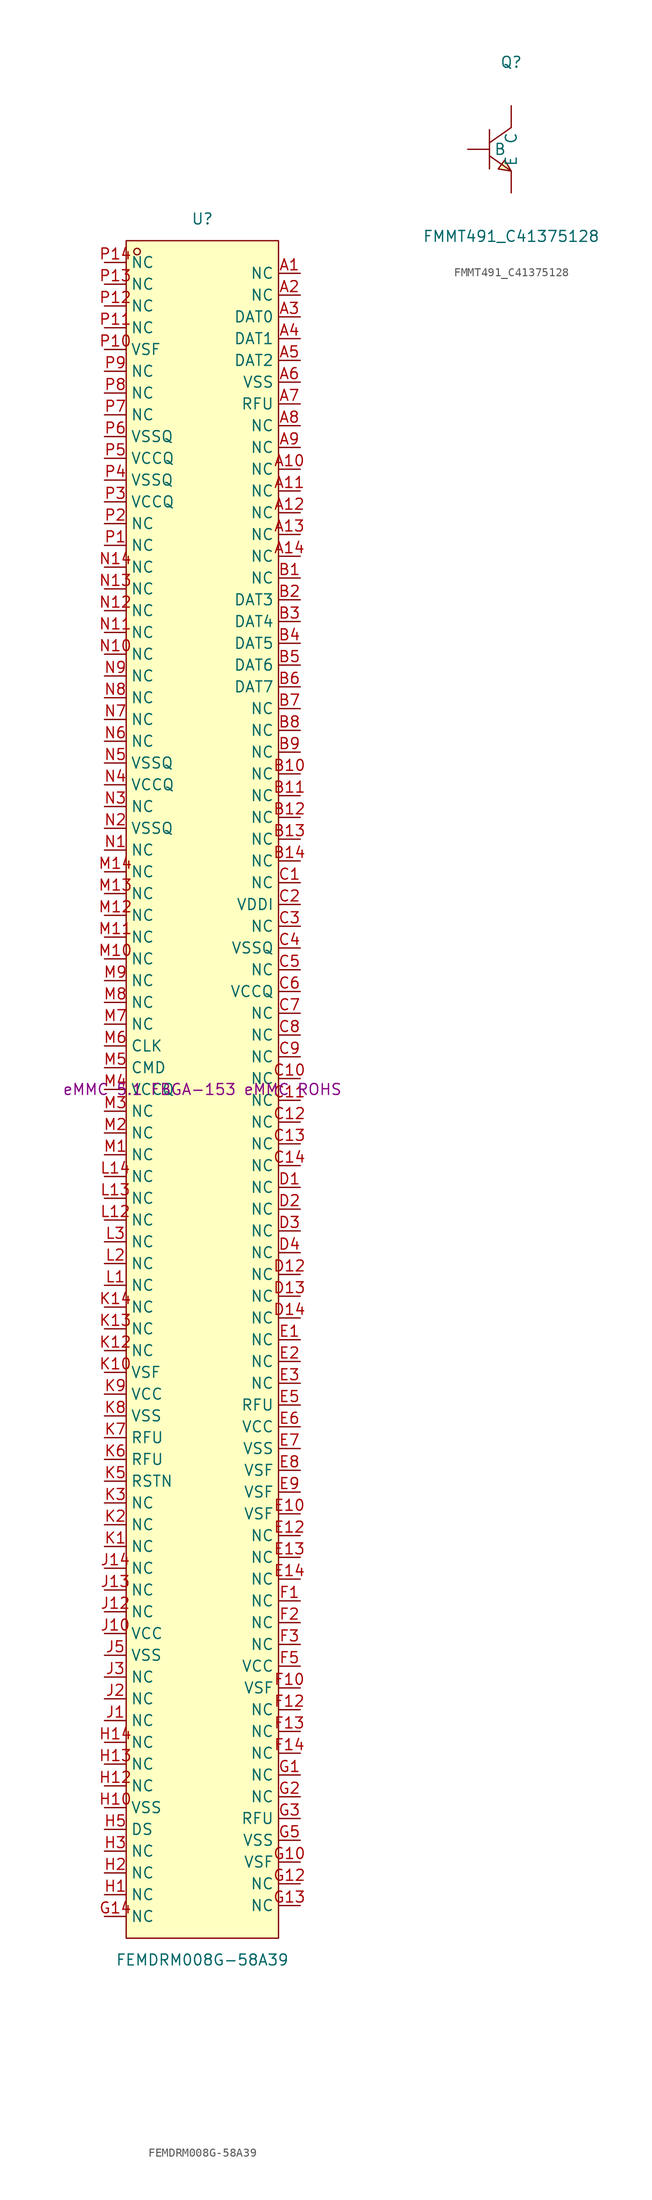
<source format=kicad_sym>
(kicad_symbol_lib
  (version 20241209)
  (generator "kicad_symbol_editor")
  (generator_version "9.0")
  (symbol "FEMDRM008G-58A39"
    (property "Reference" "U"
      (at 0 101.6 0)
      (effects (font (size 1.27 1.27))))
    (property "Value" "FEMDRM008G-58A39"
      (at 0 -101.6 0)
      (effects (font (size 1.27 1.27))))
    (property "Description" "eMMC 5.1 FBGA-153 eMMC ROHS"
      (at 0 0 0)
      (effects (font (size 1.27 1.27))))
    (symbol "FEMDRM008G-58A39_0_1"
      (rectangle (start -8.89 99.06) (end 8.89 -99.06) (stroke (width 0) (type default)) (fill (type background)))
      (circle (center -7.62 97.79) (radius 0.38) (stroke (width 0) (type default)) (fill (type none)))
      (pin unspecified line (at -11.43 96.52 0) (length 2.54) (name "NC" (effects (font (size 1.27 1.27)))) (number "P14" (effects (font (size 1.27 1.27)))))
      (pin unspecified line (at -11.43 93.98 0) (length 2.54) (name "NC" (effects (font (size 1.27 1.27)))) (number "P13" (effects (font (size 1.27 1.27)))))
      (pin unspecified line (at -11.43 91.44 0) (length 2.54) (name "NC" (effects (font (size 1.27 1.27)))) (number "P12" (effects (font (size 1.27 1.27)))))
      (pin unspecified line (at -11.43 88.9 0) (length 2.54) (name "NC" (effects (font (size 1.27 1.27)))) (number "P11" (effects (font (size 1.27 1.27)))))
      (pin unspecified line (at -11.43 86.36 0) (length 2.54) (name "VSF" (effects (font (size 1.27 1.27)))) (number "P10" (effects (font (size 1.27 1.27)))))
      (pin unspecified line (at -11.43 83.82 0) (length 2.54) (name "NC" (effects (font (size 1.27 1.27)))) (number "P9" (effects (font (size 1.27 1.27)))))
      (pin unspecified line (at -11.43 81.28 0) (length 2.54) (name "NC" (effects (font (size 1.27 1.27)))) (number "P8" (effects (font (size 1.27 1.27)))))
      (pin unspecified line (at -11.43 78.74 0) (length 2.54) (name "NC" (effects (font (size 1.27 1.27)))) (number "P7" (effects (font (size 1.27 1.27)))))
      (pin unspecified line (at -11.43 76.2 0) (length 2.54) (name "VSSQ" (effects (font (size 1.27 1.27)))) (number "P6" (effects (font (size 1.27 1.27)))))
      (pin unspecified line (at -11.43 73.66 0) (length 2.54) (name "VCCQ" (effects (font (size 1.27 1.27)))) (number "P5" (effects (font (size 1.27 1.27)))))
      (pin unspecified line (at -11.43 71.12 0) (length 2.54) (name "VSSQ" (effects (font (size 1.27 1.27)))) (number "P4" (effects (font (size 1.27 1.27)))))
      (pin unspecified line (at -11.43 68.58 0) (length 2.54) (name "VCCQ" (effects (font (size 1.27 1.27)))) (number "P3" (effects (font (size 1.27 1.27)))))
      (pin unspecified line (at -11.43 66.04 0) (length 2.54) (name "NC" (effects (font (size 1.27 1.27)))) (number "P2" (effects (font (size 1.27 1.27)))))
      (pin unspecified line (at -11.43 63.5 0) (length 2.54) (name "NC" (effects (font (size 1.27 1.27)))) (number "P1" (effects (font (size 1.27 1.27)))))
      (pin unspecified line (at -11.43 60.96 0) (length 2.54) (name "NC" (effects (font (size 1.27 1.27)))) (number "N14" (effects (font (size 1.27 1.27)))))
      (pin unspecified line (at -11.43 58.42 0) (length 2.54) (name "NC" (effects (font (size 1.27 1.27)))) (number "N13" (effects (font (size 1.27 1.27)))))
      (pin unspecified line (at -11.43 55.88 0) (length 2.54) (name "NC" (effects (font (size 1.27 1.27)))) (number "N12" (effects (font (size 1.27 1.27)))))
      (pin unspecified line (at -11.43 53.34 0) (length 2.54) (name "NC" (effects (font (size 1.27 1.27)))) (number "N11" (effects (font (size 1.27 1.27)))))
      (pin unspecified line (at -11.43 50.8 0) (length 2.54) (name "NC" (effects (font (size 1.27 1.27)))) (number "N10" (effects (font (size 1.27 1.27)))))
      (pin unspecified line (at -11.43 48.26 0) (length 2.54) (name "NC" (effects (font (size 1.27 1.27)))) (number "N9" (effects (font (size 1.27 1.27)))))
      (pin unspecified line (at -11.43 45.72 0) (length 2.54) (name "NC" (effects (font (size 1.27 1.27)))) (number "N8" (effects (font (size 1.27 1.27)))))
      (pin unspecified line (at -11.43 43.18 0) (length 2.54) (name "NC" (effects (font (size 1.27 1.27)))) (number "N7" (effects (font (size 1.27 1.27)))))
      (pin unspecified line (at -11.43 40.64 0) (length 2.54) (name "NC" (effects (font (size 1.27 1.27)))) (number "N6" (effects (font (size 1.27 1.27)))))
      (pin unspecified line (at -11.43 38.1 0) (length 2.54) (name "VSSQ" (effects (font (size 1.27 1.27)))) (number "N5" (effects (font (size 1.27 1.27)))))
      (pin unspecified line (at -11.43 35.56 0) (length 2.54) (name "VCCQ" (effects (font (size 1.27 1.27)))) (number "N4" (effects (font (size 1.27 1.27)))))
      (pin unspecified line (at -11.43 33.02 0) (length 2.54) (name "NC" (effects (font (size 1.27 1.27)))) (number "N3" (effects (font (size 1.27 1.27)))))
      (pin unspecified line (at -11.43 30.48 0) (length 2.54) (name "VSSQ" (effects (font (size 1.27 1.27)))) (number "N2" (effects (font (size 1.27 1.27)))))
      (pin unspecified line (at -11.43 27.94 0) (length 2.54) (name "NC" (effects (font (size 1.27 1.27)))) (number "N1" (effects (font (size 1.27 1.27)))))
      (pin unspecified line (at -11.43 25.4 0) (length 2.54) (name "NC" (effects (font (size 1.27 1.27)))) (number "M14" (effects (font (size 1.27 1.27)))))
      (pin unspecified line (at -11.43 22.86 0) (length 2.54) (name "NC" (effects (font (size 1.27 1.27)))) (number "M13" (effects (font (size 1.27 1.27)))))
      (pin unspecified line (at -11.43 20.32 0) (length 2.54) (name "NC" (effects (font (size 1.27 1.27)))) (number "M12" (effects (font (size 1.27 1.27)))))
      (pin unspecified line (at -11.43 17.78 0) (length 2.54) (name "NC" (effects (font (size 1.27 1.27)))) (number "M11" (effects (font (size 1.27 1.27)))))
      (pin unspecified line (at -11.43 15.24 0) (length 2.54) (name "NC" (effects (font (size 1.27 1.27)))) (number "M10" (effects (font (size 1.27 1.27)))))
      (pin unspecified line (at -11.43 12.7 0) (length 2.54) (name "NC" (effects (font (size 1.27 1.27)))) (number "M9" (effects (font (size 1.27 1.27)))))
      (pin unspecified line (at -11.43 10.16 0) (length 2.54) (name "NC" (effects (font (size 1.27 1.27)))) (number "M8" (effects (font (size 1.27 1.27)))))
      (pin unspecified line (at -11.43 7.62 0) (length 2.54) (name "NC" (effects (font (size 1.27 1.27)))) (number "M7" (effects (font (size 1.27 1.27)))))
      (pin unspecified line (at -11.43 5.08 0) (length 2.54) (name "CLK" (effects (font (size 1.27 1.27)))) (number "M6" (effects (font (size 1.27 1.27)))))
      (pin unspecified line (at -11.43 2.54 0) (length 2.54) (name "CMD" (effects (font (size 1.27 1.27)))) (number "M5" (effects (font (size 1.27 1.27)))))
      (pin unspecified line (at -11.43 0 0) (length 2.54) (name "VCCQ" (effects (font (size 1.27 1.27)))) (number "M4" (effects (font (size 1.27 1.27)))))
      (pin unspecified line (at -11.43 -2.54 0) (length 2.54) (name "NC" (effects (font (size 1.27 1.27)))) (number "M3" (effects (font (size 1.27 1.27)))))
      (pin unspecified line (at -11.43 -5.08 0) (length 2.54) (name "NC" (effects (font (size 1.27 1.27)))) (number "M2" (effects (font (size 1.27 1.27)))))
      (pin unspecified line (at -11.43 -7.62 0) (length 2.54) (name "NC" (effects (font (size 1.27 1.27)))) (number "M1" (effects (font (size 1.27 1.27)))))
      (pin unspecified line (at -11.43 -10.16 0) (length 2.54) (name "NC" (effects (font (size 1.27 1.27)))) (number "L14" (effects (font (size 1.27 1.27)))))
      (pin unspecified line (at -11.43 -12.7 0) (length 2.54) (name "NC" (effects (font (size 1.27 1.27)))) (number "L13" (effects (font (size 1.27 1.27)))))
      (pin unspecified line (at -11.43 -15.24 0) (length 2.54) (name "NC" (effects (font (size 1.27 1.27)))) (number "L12" (effects (font (size 1.27 1.27)))))
      (pin unspecified line (at -11.43 -17.78 0) (length 2.54) (name "NC" (effects (font (size 1.27 1.27)))) (number "L3" (effects (font (size 1.27 1.27)))))
      (pin unspecified line (at -11.43 -20.32 0) (length 2.54) (name "NC" (effects (font (size 1.27 1.27)))) (number "L2" (effects (font (size 1.27 1.27)))))
      (pin unspecified line (at -11.43 -22.86 0) (length 2.54) (name "NC" (effects (font (size 1.27 1.27)))) (number "L1" (effects (font (size 1.27 1.27)))))
      (pin unspecified line (at -11.43 -25.4 0) (length 2.54) (name "NC" (effects (font (size 1.27 1.27)))) (number "K14" (effects (font (size 1.27 1.27)))))
      (pin unspecified line (at -11.43 -27.94 0) (length 2.54) (name "NC" (effects (font (size 1.27 1.27)))) (number "K13" (effects (font (size 1.27 1.27)))))
      (pin unspecified line (at -11.43 -30.48 0) (length 2.54) (name "NC" (effects (font (size 1.27 1.27)))) (number "K12" (effects (font (size 1.27 1.27)))))
      (pin unspecified line (at -11.43 -33.02 0) (length 2.54) (name "VSF" (effects (font (size 1.27 1.27)))) (number "K10" (effects (font (size 1.27 1.27)))))
      (pin unspecified line (at -11.43 -35.56 0) (length 2.54) (name "VCC" (effects (font (size 1.27 1.27)))) (number "K9" (effects (font (size 1.27 1.27)))))
      (pin unspecified line (at -11.43 -38.1 0) (length 2.54) (name "VSS" (effects (font (size 1.27 1.27)))) (number "K8" (effects (font (size 1.27 1.27)))))
      (pin unspecified line (at -11.43 -40.64 0) (length 2.54) (name "RFU" (effects (font (size 1.27 1.27)))) (number "K7" (effects (font (size 1.27 1.27)))))
      (pin unspecified line (at -11.43 -43.18 0) (length 2.54) (name "RFU" (effects (font (size 1.27 1.27)))) (number "K6" (effects (font (size 1.27 1.27)))))
      (pin unspecified line (at -11.43 -45.72 0) (length 2.54) (name "RSTN" (effects (font (size 1.27 1.27)))) (number "K5" (effects (font (size 1.27 1.27)))))
      (pin unspecified line (at -11.43 -48.26 0) (length 2.54) (name "NC" (effects (font (size 1.27 1.27)))) (number "K3" (effects (font (size 1.27 1.27)))))
      (pin unspecified line (at -11.43 -50.8 0) (length 2.54) (name "NC" (effects (font (size 1.27 1.27)))) (number "K2" (effects (font (size 1.27 1.27)))))
      (pin unspecified line (at -11.43 -53.34 0) (length 2.54) (name "NC" (effects (font (size 1.27 1.27)))) (number "K1" (effects (font (size 1.27 1.27)))))
      (pin unspecified line (at -11.43 -55.88 0) (length 2.54) (name "NC" (effects (font (size 1.27 1.27)))) (number "J14" (effects (font (size 1.27 1.27)))))
      (pin unspecified line (at -11.43 -58.42 0) (length 2.54) (name "NC" (effects (font (size 1.27 1.27)))) (number "J13" (effects (font (size 1.27 1.27)))))
      (pin unspecified line (at -11.43 -60.96 0) (length 2.54) (name "NC" (effects (font (size 1.27 1.27)))) (number "J12" (effects (font (size 1.27 1.27)))))
      (pin unspecified line (at -11.43 -63.5 0) (length 2.54) (name "VCC" (effects (font (size 1.27 1.27)))) (number "J10" (effects (font (size 1.27 1.27)))))
      (pin unspecified line (at -11.43 -66.04 0) (length 2.54) (name "VSS" (effects (font (size 1.27 1.27)))) (number "J5" (effects (font (size 1.27 1.27)))))
      (pin unspecified line (at -11.43 -68.58 0) (length 2.54) (name "NC" (effects (font (size 1.27 1.27)))) (number "J3" (effects (font (size 1.27 1.27)))))
      (pin unspecified line (at -11.43 -71.12 0) (length 2.54) (name "NC" (effects (font (size 1.27 1.27)))) (number "J2" (effects (font (size 1.27 1.27)))))
      (pin unspecified line (at -11.43 -73.66 0) (length 2.54) (name "NC" (effects (font (size 1.27 1.27)))) (number "J1" (effects (font (size 1.27 1.27)))))
      (pin unspecified line (at -11.43 -76.2 0) (length 2.54) (name "NC" (effects (font (size 1.27 1.27)))) (number "H14" (effects (font (size 1.27 1.27)))))
      (pin unspecified line (at -11.43 -78.74 0) (length 2.54) (name "NC" (effects (font (size 1.27 1.27)))) (number "H13" (effects (font (size 1.27 1.27)))))
      (pin unspecified line (at -11.43 -81.28 0) (length 2.54) (name "NC" (effects (font (size 1.27 1.27)))) (number "H12" (effects (font (size 1.27 1.27)))))
      (pin unspecified line (at -11.43 -83.82 0) (length 2.54) (name "VSS" (effects (font (size 1.27 1.27)))) (number "H10" (effects (font (size 1.27 1.27)))))
      (pin unspecified line (at -11.43 -86.36 0) (length 2.54) (name "DS" (effects (font (size 1.27 1.27)))) (number "H5" (effects (font (size 1.27 1.27)))))
      (pin unspecified line (at -11.43 -88.9 0) (length 2.54) (name "NC" (effects (font (size 1.27 1.27)))) (number "H3" (effects (font (size 1.27 1.27)))))
      (pin unspecified line (at -11.43 -91.44 0) (length 2.54) (name "NC" (effects (font (size 1.27 1.27)))) (number "H2" (effects (font (size 1.27 1.27)))))
      (pin unspecified line (at -11.43 -93.98 0) (length 2.54) (name "NC" (effects (font (size 1.27 1.27)))) (number "H1" (effects (font (size 1.27 1.27)))))
      (pin unspecified line (at -11.43 -96.52 0) (length 2.54) (name "NC" (effects (font (size 1.27 1.27)))) (number "G14" (effects (font (size 1.27 1.27)))))
      (pin unspecified line (at 11.43 95.25 180) (length 2.54) (name "NC" (effects (font (size 1.27 1.27)))) (number "A1" (effects (font (size 1.27 1.27)))))
      (pin unspecified line (at 11.43 92.71 180) (length 2.54) (name "NC" (effects (font (size 1.27 1.27)))) (number "A2" (effects (font (size 1.27 1.27)))))
      (pin unspecified line (at 11.43 90.17 180) (length 2.54) (name "DAT0" (effects (font (size 1.27 1.27)))) (number "A3" (effects (font (size 1.27 1.27)))))
      (pin unspecified line (at 11.43 87.63 180) (length 2.54) (name "DAT1" (effects (font (size 1.27 1.27)))) (number "A4" (effects (font (size 1.27 1.27)))))
      (pin unspecified line (at 11.43 85.09 180) (length 2.54) (name "DAT2" (effects (font (size 1.27 1.27)))) (number "A5" (effects (font (size 1.27 1.27)))))
      (pin unspecified line (at 11.43 82.55 180) (length 2.54) (name "VSS" (effects (font (size 1.27 1.27)))) (number "A6" (effects (font (size 1.27 1.27)))))
      (pin unspecified line (at 11.43 80.01 180) (length 2.54) (name "RFU" (effects (font (size 1.27 1.27)))) (number "A7" (effects (font (size 1.27 1.27)))))
      (pin unspecified line (at 11.43 77.47 180) (length 2.54) (name "NC" (effects (font (size 1.27 1.27)))) (number "A8" (effects (font (size 1.27 1.27)))))
      (pin unspecified line (at 11.43 74.93 180) (length 2.54) (name "NC" (effects (font (size 1.27 1.27)))) (number "A9" (effects (font (size 1.27 1.27)))))
      (pin unspecified line (at 11.43 72.39 180) (length 2.54) (name "NC" (effects (font (size 1.27 1.27)))) (number "A10" (effects (font (size 1.27 1.27)))))
      (pin unspecified line (at 11.43 69.85 180) (length 2.54) (name "NC" (effects (font (size 1.27 1.27)))) (number "A11" (effects (font (size 1.27 1.27)))))
      (pin unspecified line (at 11.43 67.31 180) (length 2.54) (name "NC" (effects (font (size 1.27 1.27)))) (number "A12" (effects (font (size 1.27 1.27)))))
      (pin unspecified line (at 11.43 64.77 180) (length 2.54) (name "NC" (effects (font (size 1.27 1.27)))) (number "A13" (effects (font (size 1.27 1.27)))))
      (pin unspecified line (at 11.43 62.23 180) (length 2.54) (name "NC" (effects (font (size 1.27 1.27)))) (number "A14" (effects (font (size 1.27 1.27)))))
      (pin unspecified line (at 11.43 59.69 180) (length 2.54) (name "NC" (effects (font (size 1.27 1.27)))) (number "B1" (effects (font (size 1.27 1.27)))))
      (pin unspecified line (at 11.43 57.15 180) (length 2.54) (name "DAT3" (effects (font (size 1.27 1.27)))) (number "B2" (effects (font (size 1.27 1.27)))))
      (pin unspecified line (at 11.43 54.61 180) (length 2.54) (name "DAT4" (effects (font (size 1.27 1.27)))) (number "B3" (effects (font (size 1.27 1.27)))))
      (pin unspecified line (at 11.43 52.07 180) (length 2.54) (name "DAT5" (effects (font (size 1.27 1.27)))) (number "B4" (effects (font (size 1.27 1.27)))))
      (pin unspecified line (at 11.43 49.53 180) (length 2.54) (name "DAT6" (effects (font (size 1.27 1.27)))) (number "B5" (effects (font (size 1.27 1.27)))))
      (pin unspecified line (at 11.43 46.99 180) (length 2.54) (name "DAT7" (effects (font (size 1.27 1.27)))) (number "B6" (effects (font (size 1.27 1.27)))))
      (pin unspecified line (at 11.43 44.45 180) (length 2.54) (name "NC" (effects (font (size 1.27 1.27)))) (number "B7" (effects (font (size 1.27 1.27)))))
      (pin unspecified line (at 11.43 41.91 180) (length 2.54) (name "NC" (effects (font (size 1.27 1.27)))) (number "B8" (effects (font (size 1.27 1.27)))))
      (pin unspecified line (at 11.43 39.37 180) (length 2.54) (name "NC" (effects (font (size 1.27 1.27)))) (number "B9" (effects (font (size 1.27 1.27)))))
      (pin unspecified line (at 11.43 36.83 180) (length 2.54) (name "NC" (effects (font (size 1.27 1.27)))) (number "B10" (effects (font (size 1.27 1.27)))))
      (pin unspecified line (at 11.43 34.29 180) (length 2.54) (name "NC" (effects (font (size 1.27 1.27)))) (number "B11" (effects (font (size 1.27 1.27)))))
      (pin unspecified line (at 11.43 31.75 180) (length 2.54) (name "NC" (effects (font (size 1.27 1.27)))) (number "B12" (effects (font (size 1.27 1.27)))))
      (pin unspecified line (at 11.43 29.21 180) (length 2.54) (name "NC" (effects (font (size 1.27 1.27)))) (number "B13" (effects (font (size 1.27 1.27)))))
      (pin unspecified line (at 11.43 26.67 180) (length 2.54) (name "NC" (effects (font (size 1.27 1.27)))) (number "B14" (effects (font (size 1.27 1.27)))))
      (pin unspecified line (at 11.43 24.13 180) (length 2.54) (name "NC" (effects (font (size 1.27 1.27)))) (number "C1" (effects (font (size 1.27 1.27)))))
      (pin unspecified line (at 11.43 21.59 180) (length 2.54) (name "VDDI" (effects (font (size 1.27 1.27)))) (number "C2" (effects (font (size 1.27 1.27)))))
      (pin unspecified line (at 11.43 19.05 180) (length 2.54) (name "NC" (effects (font (size 1.27 1.27)))) (number "C3" (effects (font (size 1.27 1.27)))))
      (pin unspecified line (at 11.43 16.51 180) (length 2.54) (name "VSSQ" (effects (font (size 1.27 1.27)))) (number "C4" (effects (font (size 1.27 1.27)))))
      (pin unspecified line (at 11.43 13.97 180) (length 2.54) (name "NC" (effects (font (size 1.27 1.27)))) (number "C5" (effects (font (size 1.27 1.27)))))
      (pin unspecified line (at 11.43 11.43 180) (length 2.54) (name "VCCQ" (effects (font (size 1.27 1.27)))) (number "C6" (effects (font (size 1.27 1.27)))))
      (pin unspecified line (at 11.43 8.89 180) (length 2.54) (name "NC" (effects (font (size 1.27 1.27)))) (number "C7" (effects (font (size 1.27 1.27)))))
      (pin unspecified line (at 11.43 6.35 180) (length 2.54) (name "NC" (effects (font (size 1.27 1.27)))) (number "C8" (effects (font (size 1.27 1.27)))))
      (pin unspecified line (at 11.43 3.81 180) (length 2.54) (name "NC" (effects (font (size 1.27 1.27)))) (number "C9" (effects (font (size 1.27 1.27)))))
      (pin unspecified line (at 11.43 1.27 180) (length 2.54) (name "NC" (effects (font (size 1.27 1.27)))) (number "C10" (effects (font (size 1.27 1.27)))))
      (pin unspecified line (at 11.43 -1.27 180) (length 2.54) (name "NC" (effects (font (size 1.27 1.27)))) (number "C11" (effects (font (size 1.27 1.27)))))
      (pin unspecified line (at 11.43 -3.81 180) (length 2.54) (name "NC" (effects (font (size 1.27 1.27)))) (number "C12" (effects (font (size 1.27 1.27)))))
      (pin unspecified line (at 11.43 -6.35 180) (length 2.54) (name "NC" (effects (font (size 1.27 1.27)))) (number "C13" (effects (font (size 1.27 1.27)))))
      (pin unspecified line (at 11.43 -8.89 180) (length 2.54) (name "NC" (effects (font (size 1.27 1.27)))) (number "C14" (effects (font (size 1.27 1.27)))))
      (pin unspecified line (at 11.43 -11.43 180) (length 2.54) (name "NC" (effects (font (size 1.27 1.27)))) (number "D1" (effects (font (size 1.27 1.27)))))
      (pin unspecified line (at 11.43 -13.97 180) (length 2.54) (name "NC" (effects (font (size 1.27 1.27)))) (number "D2" (effects (font (size 1.27 1.27)))))
      (pin unspecified line (at 11.43 -16.51 180) (length 2.54) (name "NC" (effects (font (size 1.27 1.27)))) (number "D3" (effects (font (size 1.27 1.27)))))
      (pin unspecified line (at 11.43 -19.05 180) (length 2.54) (name "NC" (effects (font (size 1.27 1.27)))) (number "D4" (effects (font (size 1.27 1.27)))))
      (pin unspecified line (at 11.43 -21.59 180) (length 2.54) (name "NC" (effects (font (size 1.27 1.27)))) (number "D12" (effects (font (size 1.27 1.27)))))
      (pin unspecified line (at 11.43 -24.13 180) (length 2.54) (name "NC" (effects (font (size 1.27 1.27)))) (number "D13" (effects (font (size 1.27 1.27)))))
      (pin unspecified line (at 11.43 -26.67 180) (length 2.54) (name "NC" (effects (font (size 1.27 1.27)))) (number "D14" (effects (font (size 1.27 1.27)))))
      (pin unspecified line (at 11.43 -29.21 180) (length 2.54) (name "NC" (effects (font (size 1.27 1.27)))) (number "E1" (effects (font (size 1.27 1.27)))))
      (pin unspecified line (at 11.43 -31.75 180) (length 2.54) (name "NC" (effects (font (size 1.27 1.27)))) (number "E2" (effects (font (size 1.27 1.27)))))
      (pin unspecified line (at 11.43 -34.29 180) (length 2.54) (name "NC" (effects (font (size 1.27 1.27)))) (number "E3" (effects (font (size 1.27 1.27)))))
      (pin unspecified line (at 11.43 -36.83 180) (length 2.54) (name "RFU" (effects (font (size 1.27 1.27)))) (number "E5" (effects (font (size 1.27 1.27)))))
      (pin unspecified line (at 11.43 -39.37 180) (length 2.54) (name "VCC" (effects (font (size 1.27 1.27)))) (number "E6" (effects (font (size 1.27 1.27)))))
      (pin unspecified line (at 11.43 -41.91 180) (length 2.54) (name "VSS" (effects (font (size 1.27 1.27)))) (number "E7" (effects (font (size 1.27 1.27)))))
      (pin unspecified line (at 11.43 -44.45 180) (length 2.54) (name "VSF" (effects (font (size 1.27 1.27)))) (number "E8" (effects (font (size 1.27 1.27)))))
      (pin unspecified line (at 11.43 -46.99 180) (length 2.54) (name "VSF" (effects (font (size 1.27 1.27)))) (number "E9" (effects (font (size 1.27 1.27)))))
      (pin unspecified line (at 11.43 -49.53 180) (length 2.54) (name "VSF" (effects (font (size 1.27 1.27)))) (number "E10" (effects (font (size 1.27 1.27)))))
      (pin unspecified line (at 11.43 -52.07 180) (length 2.54) (name "NC" (effects (font (size 1.27 1.27)))) (number "E12" (effects (font (size 1.27 1.27)))))
      (pin unspecified line (at 11.43 -54.61 180) (length 2.54) (name "NC" (effects (font (size 1.27 1.27)))) (number "E13" (effects (font (size 1.27 1.27)))))
      (pin unspecified line (at 11.43 -57.15 180) (length 2.54) (name "NC" (effects (font (size 1.27 1.27)))) (number "E14" (effects (font (size 1.27 1.27)))))
      (pin unspecified line (at 11.43 -59.69 180) (length 2.54) (name "NC" (effects (font (size 1.27 1.27)))) (number "F1" (effects (font (size 1.27 1.27)))))
      (pin unspecified line (at 11.43 -62.23 180) (length 2.54) (name "NC" (effects (font (size 1.27 1.27)))) (number "F2" (effects (font (size 1.27 1.27)))))
      (pin unspecified line (at 11.43 -64.77 180) (length 2.54) (name "NC" (effects (font (size 1.27 1.27)))) (number "F3" (effects (font (size 1.27 1.27)))))
      (pin unspecified line (at 11.43 -67.31 180) (length 2.54) (name "VCC" (effects (font (size 1.27 1.27)))) (number "F5" (effects (font (size 1.27 1.27)))))
      (pin unspecified line (at 11.43 -69.85 180) (length 2.54) (name "VSF" (effects (font (size 1.27 1.27)))) (number "F10" (effects (font (size 1.27 1.27)))))
      (pin unspecified line (at 11.43 -72.39 180) (length 2.54) (name "NC" (effects (font (size 1.27 1.27)))) (number "F12" (effects (font (size 1.27 1.27)))))
      (pin unspecified line (at 11.43 -74.93 180) (length 2.54) (name "NC" (effects (font (size 1.27 1.27)))) (number "F13" (effects (font (size 1.27 1.27)))))
      (pin unspecified line (at 11.43 -77.47 180) (length 2.54) (name "NC" (effects (font (size 1.27 1.27)))) (number "F14" (effects (font (size 1.27 1.27)))))
      (pin unspecified line (at 11.43 -80.01 180) (length 2.54) (name "NC" (effects (font (size 1.27 1.27)))) (number "G1" (effects (font (size 1.27 1.27)))))
      (pin unspecified line (at 11.43 -82.55 180) (length 2.54) (name "NC" (effects (font (size 1.27 1.27)))) (number "G2" (effects (font (size 1.27 1.27)))))
      (pin unspecified line (at 11.43 -85.09 180) (length 2.54) (name "RFU" (effects (font (size 1.27 1.27)))) (number "G3" (effects (font (size 1.27 1.27)))))
      (pin unspecified line (at 11.43 -87.63 180) (length 2.54) (name "VSS" (effects (font (size 1.27 1.27)))) (number "G5" (effects (font (size 1.27 1.27)))))
      (pin unspecified line (at 11.43 -90.17 180) (length 2.54) (name "VSF" (effects (font (size 1.27 1.27)))) (number "G10" (effects (font (size 1.27 1.27)))))
      (pin unspecified line (at 11.43 -92.71 180) (length 2.54) (name "NC" (effects (font (size 1.27 1.27)))) (number "G12" (effects (font (size 1.27 1.27)))))
      (pin unspecified line (at 11.43 -95.25 180) (length 2.54) (name "NC" (effects (font (size 1.27 1.27)))) (number "G13" (effects (font (size 1.27 1.27)))))))
  (symbol "FMMT491_C41375128"
    (pin_numbers
      (hide yes))
    (property "Reference" "Q"
      (at 0 10.16 0)
      (effects (font (size 1.27 1.27))))
    (property "Value" "FMMT491_C41375128"
      (at 0 -10.16 0)
      (effects (font (size 1.27 1.27))))
    (symbol "FMMT491_C41375128_0_1"
      (polyline (pts (xy -2.54 2.29) (xy -2.54 -2.29)) (stroke (width 0) (type default)) (fill (type none)))
      (polyline (pts (xy -2.54 -0.76) (xy 0 -2.54)) (stroke (width 0) (type default)) (fill (type none)))
      (polyline (pts (xy 0 2.54) (xy -2.54 0.76)) (stroke (width 0) (type default)) (fill (type none)))
      (polyline (pts (xy 0 -2.54) (xy -0.76 -1.27) (xy -1.52 -2.29) (xy 0 -2.54)) (stroke (width 0) (type default)) (fill (type background)))
      (pin unspecified line (at -5.08 0 0) (length 2.54) (name "B" (effects (font (size 1.27 1.27)))) (number "1" (effects (font (size 1.27 1.27)))))
      (pin unspecified line (at 0 5.08 270) (length 2.54) (name "C" (effects (font (size 1.27 1.27)))) (number "3" (effects (font (size 1.27 1.27)))))
      (pin unspecified line (at 0 -5.08 90) (length 2.54) (name "E" (effects (font (size 1.27 1.27)))) (number "2" (effects (font (size 1.27 1.27))))))))
</source>
